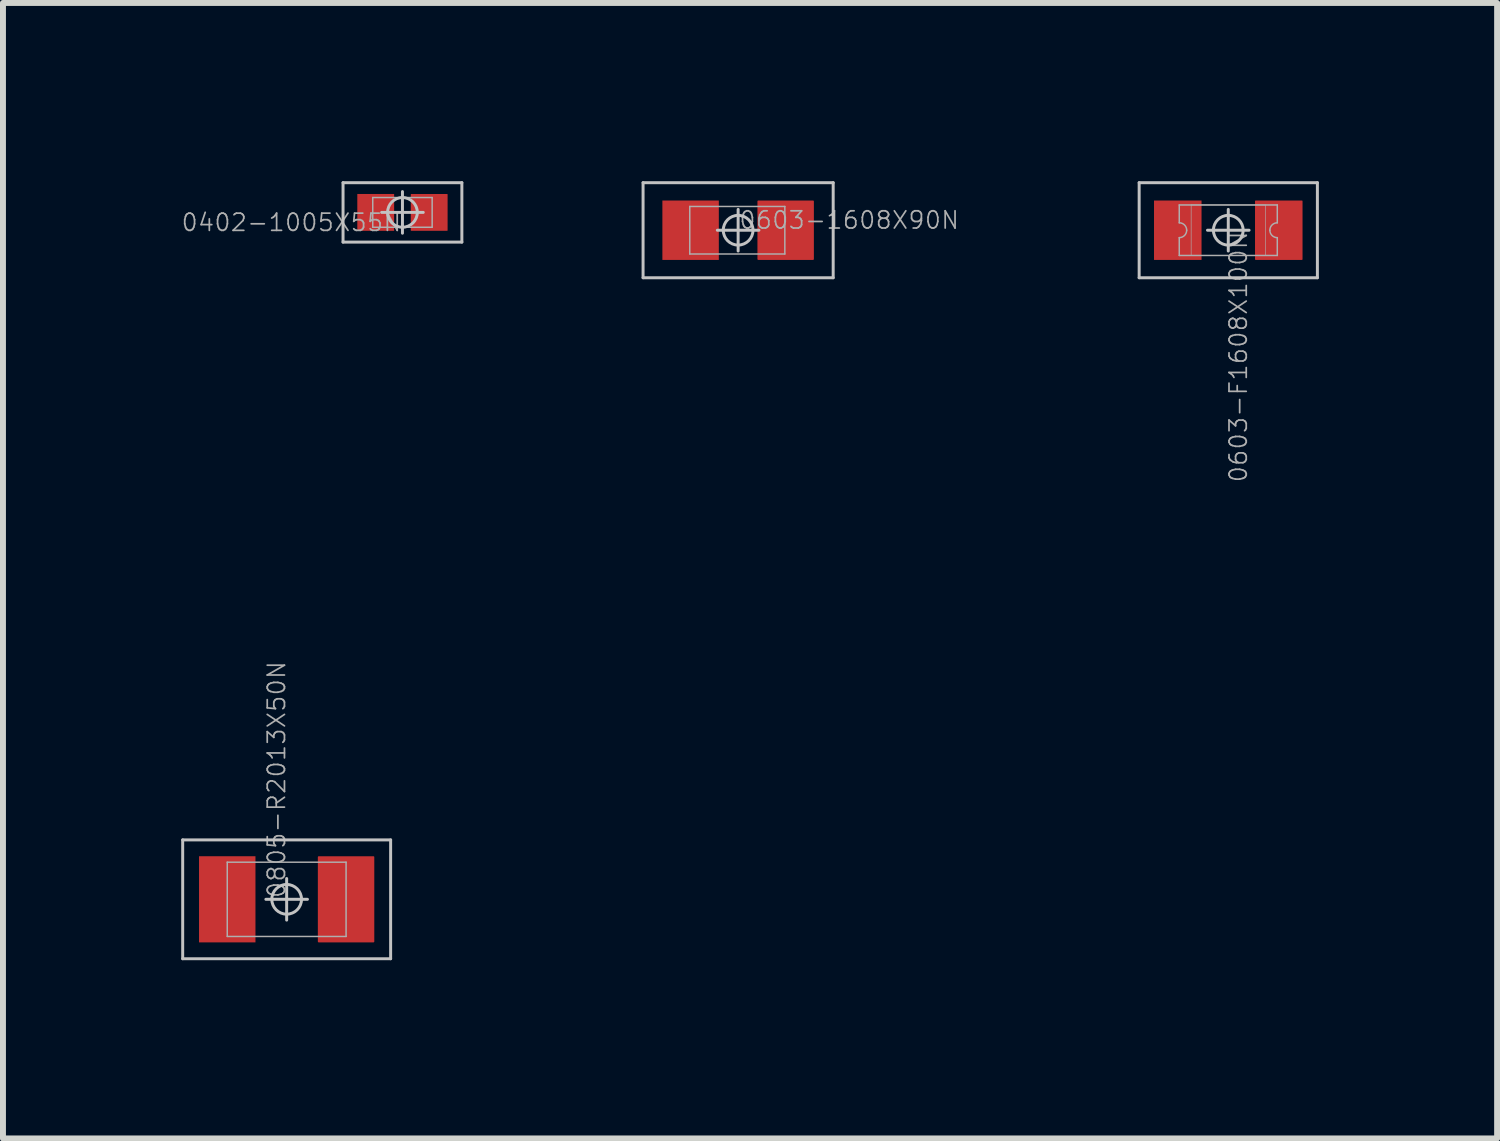
<source format=kicad_pcb>
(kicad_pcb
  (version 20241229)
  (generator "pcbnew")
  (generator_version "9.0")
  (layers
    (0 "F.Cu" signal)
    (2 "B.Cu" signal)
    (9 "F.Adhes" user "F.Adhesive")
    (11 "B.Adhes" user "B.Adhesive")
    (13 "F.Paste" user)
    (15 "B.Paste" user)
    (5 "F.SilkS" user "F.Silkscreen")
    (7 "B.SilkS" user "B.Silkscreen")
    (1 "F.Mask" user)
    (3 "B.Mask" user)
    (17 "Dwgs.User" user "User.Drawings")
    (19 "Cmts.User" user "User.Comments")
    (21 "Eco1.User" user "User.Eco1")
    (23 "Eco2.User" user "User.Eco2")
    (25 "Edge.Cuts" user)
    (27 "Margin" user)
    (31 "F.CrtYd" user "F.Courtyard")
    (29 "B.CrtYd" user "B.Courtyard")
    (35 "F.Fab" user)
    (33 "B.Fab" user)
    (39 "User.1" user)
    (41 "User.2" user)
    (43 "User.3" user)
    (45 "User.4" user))
  (footprint "0603-F1608X100N"
    (layer "F.Cu")
    (at 17.624 0.825)
    (property "Reference" "0603-F1608X100N" (at 0 0 270) (layer "F.Fab") (effects (font (size 0.29 0.29) (thickness 0.029)) (justify right top)))
    (attr through_hole)
    (fp_line (start -1.5 -0.8) (end -1.5 0.8) (stroke (width 0.05) (type solid)) (layer "Dwgs.User"))
    (fp_line (start -1.5 0.8) (end 1.5 0.8) (stroke (width 0.05) (type solid)) (layer "Dwgs.User"))
    (fp_line (start 0 0.35) (end 0 -0.35) (stroke (width 0.05) (type solid)) (layer "Dwgs.User"))
    (fp_line (start 0.35 0) (end -0.35 0) (stroke (width 0.05) (type solid)) (layer "Dwgs.User"))
    (fp_line (start 1.5 -0.8) (end -1.5 -0.8) (stroke (width 0.05) (type solid)) (layer "Dwgs.User"))
    (fp_line (start 1.5 0.8) (end 1.5 -0.8) (stroke (width 0.05) (type solid)) (layer "Dwgs.User"))
    (fp_circle (center 0 0) (end 0.25 0) (stroke (width 0.05) (type solid)) (fill no) (layer "Dwgs.User"))
    (fp_line (start -0.825 -0.425) (end 0.825 -0.425) (stroke (width 0.025) (type solid)) (layer "F.Fab"))
    (fp_line (start -0.825 -0.125) (end -0.825 -0.425) (stroke (width 0.025) (type solid)) (layer "F.Fab"))
    (fp_line (start -0.825 0.425) (end -0.825 0.125) (stroke (width 0.025) (type solid)) (layer "F.Fab"))
    (fp_line (start -0.625 -0.425) (end -0.625 0.425) (stroke (width 0.01) (type solid)) (layer "F.Fab"))
    (fp_line (start -0.625 0.425) (end 0.625 0.425) (stroke (width 0.01) (type solid)) (layer "F.Fab"))
    (fp_line (start 0.625 -0.425) (end -0.625 -0.425) (stroke (width 0.01) (type solid)) (layer "F.Fab"))
    (fp_line (start 0.625 0.425) (end 0.625 -0.425) (stroke (width 0.01) (type solid)) (layer "F.Fab"))
    (fp_line (start 0.825 -0.425) (end 0.825 -0.125) (stroke (width 0.025) (type solid)) (layer "F.Fab"))
    (fp_line (start 0.825 0.125) (end 0.825 0.425) (stroke (width 0.025) (type solid)) (layer "F.Fab"))
    (fp_line (start 0.825 0.425) (end -0.825 0.425) (stroke (width 0.025) (type solid)) (layer "F.Fab"))
    (fp_arc (start -0.825 -0.125) (mid -0.736612 -0.088388) (end -0.7 0) (stroke (width 0.025) (type solid)) (layer "F.Fab"))
    (fp_arc (start -0.7 0) (mid -0.736612 0.088388) (end -0.825 0.125) (stroke (width 0.025) (type solid)) (layer "F.Fab"))
    (fp_arc (start 0.7 0) (mid 0.736612 -0.088388) (end 0.825 -0.125) (stroke (width 0.025) (type solid)) (layer "F.Fab"))
    (fp_arc (start 0.825 0.125) (mid 0.736612 0.088388) (end 0.7 0) (stroke (width 0.025) (type solid)) (layer "F.Fab"))
    (pad "1" smd rect (at -0.85 0) (size 0.8 1) (layers "F.Cu" "F.Mask" "F.Paste"))
    (pad "2" smd roundrect (at 0.85 0) (size 0.8 1) (layers "F.Cu" "F.Mask" "F.Paste") (roundrect_rratio 0.015)))
  (footprint "0805-R2013X50N"
    (layer "F.Cu")
    (at 1.775 12.087)
    (property "Reference" "0805-R2013X50N" (at 0 0 90) (layer "F.Fab") (effects (font (size 0.29 0.29) (thickness 0.029)) (justify left bottom)))
    (attr through_hole)
    (fp_line (start -1.75 -1) (end 1.75 -1) (stroke (width 0.05) (type solid)) (layer "Dwgs.User"))
    (fp_line (start -1.75 1) (end -1.75 -1) (stroke (width 0.05) (type solid)) (layer "Dwgs.User"))
    (fp_line (start 0 0.35) (end 0 -0.35) (stroke (width 0.05) (type solid)) (layer "Dwgs.User"))
    (fp_line (start 0.35 0) (end -0.35 0) (stroke (width 0.05) (type solid)) (layer "Dwgs.User"))
    (fp_line (start 1.75 -1) (end 1.75 1) (stroke (width 0.05) (type solid)) (layer "Dwgs.User"))
    (fp_line (start 1.75 1) (end -1.75 1) (stroke (width 0.05) (type solid)) (layer "Dwgs.User"))
    (fp_circle (center 0 0) (end 0.25 0) (stroke (width 0.05) (type solid)) (fill no) (layer "Dwgs.User"))
    (fp_line (start -1 -0.625) (end -1 0.625) (stroke (width 0.025) (type solid)) (layer "F.Fab"))
    (fp_line (start -1 0.625) (end 1 0.625) (stroke (width 0.025) (type solid)) (layer "F.Fab"))
    (fp_line (start 1 -0.625) (end -1 -0.625) (stroke (width 0.025) (type solid)) (layer "F.Fab"))
    (fp_line (start 1 0.625) (end 1 -0.625) (stroke (width 0.025) (type solid)) (layer "F.Fab"))
    (pad "1" smd rect (at -1 0) (size 0.95 1.45) (layers "F.Cu" "F.Mask" "F.Paste"))
    (pad "2" smd roundrect (at 1 0) (size 0.95 1.45) (layers "F.Cu" "F.Mask" "F.Paste") (roundrect_rratio 0.015)))
  (footprint "0402-1005X55N"
    (layer "F.Cu")
    (at 3.724 0.525)
    (property "Reference" "0402-1005X55N" (at 0 0 180) (layer "F.Fab") (effects (font (size 0.29 0.29) (thickness 0.029)) (justify right top)))
    (attr through_hole)
    (fp_line (start -1 -0.5) (end 1 -0.5) (stroke (width 0.05) (type solid)) (layer "Dwgs.User"))
    (fp_line (start -1 0.5) (end -1 -0.5) (stroke (width 0.05) (type solid)) (layer "Dwgs.User"))
    (fp_line (start -0.35 0) (end 0.35 0) (stroke (width 0.05) (type solid)) (layer "Dwgs.User"))
    (fp_line (start 0 0.35) (end 0 -0.35) (stroke (width 0.05) (type solid)) (layer "Dwgs.User"))
    (fp_line (start 1 -0.5) (end 1 0.5) (stroke (width 0.05) (type solid)) (layer "Dwgs.User"))
    (fp_line (start 1 0.5) (end -1 0.5) (stroke (width 0.05) (type solid)) (layer "Dwgs.User"))
    (fp_circle (center 0 0) (end 0.25 0) (stroke (width 0.05) (type solid)) (fill no) (layer "Dwgs.User"))
    (fp_line (start -0.5 -0.25) (end -0.5 0.25) (stroke (width 0.025) (type solid)) (layer "F.Fab"))
    (fp_line (start -0.5 0.25) (end 0.5 0.25) (stroke (width 0.025) (type solid)) (layer "F.Fab"))
    (fp_line (start 0.5 -0.25) (end -0.5 -0.25) (stroke (width 0.025) (type solid)) (layer "F.Fab"))
    (fp_line (start 0.5 0.25) (end 0.5 -0.25) (stroke (width 0.025) (type solid)) (layer "F.Fab"))
    (pad "1" smd rect (at -0.45 0) (size 0.62 0.62) (layers "F.Cu" "F.Mask" "F.Paste"))
    (pad "2" smd roundrect (at 0.45 0) (size 0.62 0.62) (layers "F.Cu" "F.Mask" "F.Paste") (roundrect_rratio 0.015)))
  (footprint "0603-1608X90N"
    (layer "F.Cu")
    (at 9.374 0.825)
    (property "Reference" "0603-1608X90N" (at 0 0 0) (layer "F.Fab") (effects (font (size 0.29 0.29) (thickness 0.029)) (justify left bottom)))
    (attr through_hole)
    (fp_line (start -1.6 -0.8) (end -1.6 0.8) (stroke (width 0.05) (type solid)) (layer "Dwgs.User"))
    (fp_line (start -1.6 0.8) (end 1.6 0.8) (stroke (width 0.05) (type solid)) (layer "Dwgs.User"))
    (fp_line (start -0.35 0) (end 0.35 0) (stroke (width 0.05) (type solid)) (layer "Dwgs.User"))
    (fp_line (start 0 0.35) (end 0 -0.35) (stroke (width 0.05) (type solid)) (layer "Dwgs.User"))
    (fp_line (start 1.6 -0.8) (end -1.6 -0.8) (stroke (width 0.05) (type solid)) (layer "Dwgs.User"))
    (fp_line (start 1.6 0.8) (end 1.6 -0.8) (stroke (width 0.05) (type solid)) (layer "Dwgs.User"))
    (fp_circle (center 0 0) (end 0.25 0) (stroke (width 0.05) (type solid)) (fill no) (layer "Dwgs.User"))
    (fp_line (start -0.814 -0.4) (end -0.814 0.4) (stroke (width 0.025) (type solid)) (layer "F.Fab"))
    (fp_line (start -0.814 0.4) (end 0.786 0.4) (stroke (width 0.025) (type solid)) (layer "F.Fab"))
    (fp_line (start 0.786 -0.4) (end -0.814 -0.4) (stroke (width 0.025) (type solid)) (layer "F.Fab"))
    (fp_line (start 0.786 0.4) (end 0.786 -0.4) (stroke (width 0.025) (type solid)) (layer "F.Fab"))
    (pad "1" smd rect (at -0.8 0) (size 0.95 1) (layers "F.Cu" "F.Mask" "F.Paste"))
    (pad "2" smd roundrect (at 0.8 0) (size 0.95 1) (layers "F.Cu" "F.Mask" "F.Paste") (roundrect_rratio 0.015)))
  (gr_rect
    (start -3 -3)
    (end 22.149 16.112)
    (stroke (width 0.1) (type default))
    (fill no)
    (layer "Edge.Cuts")))
</source>
